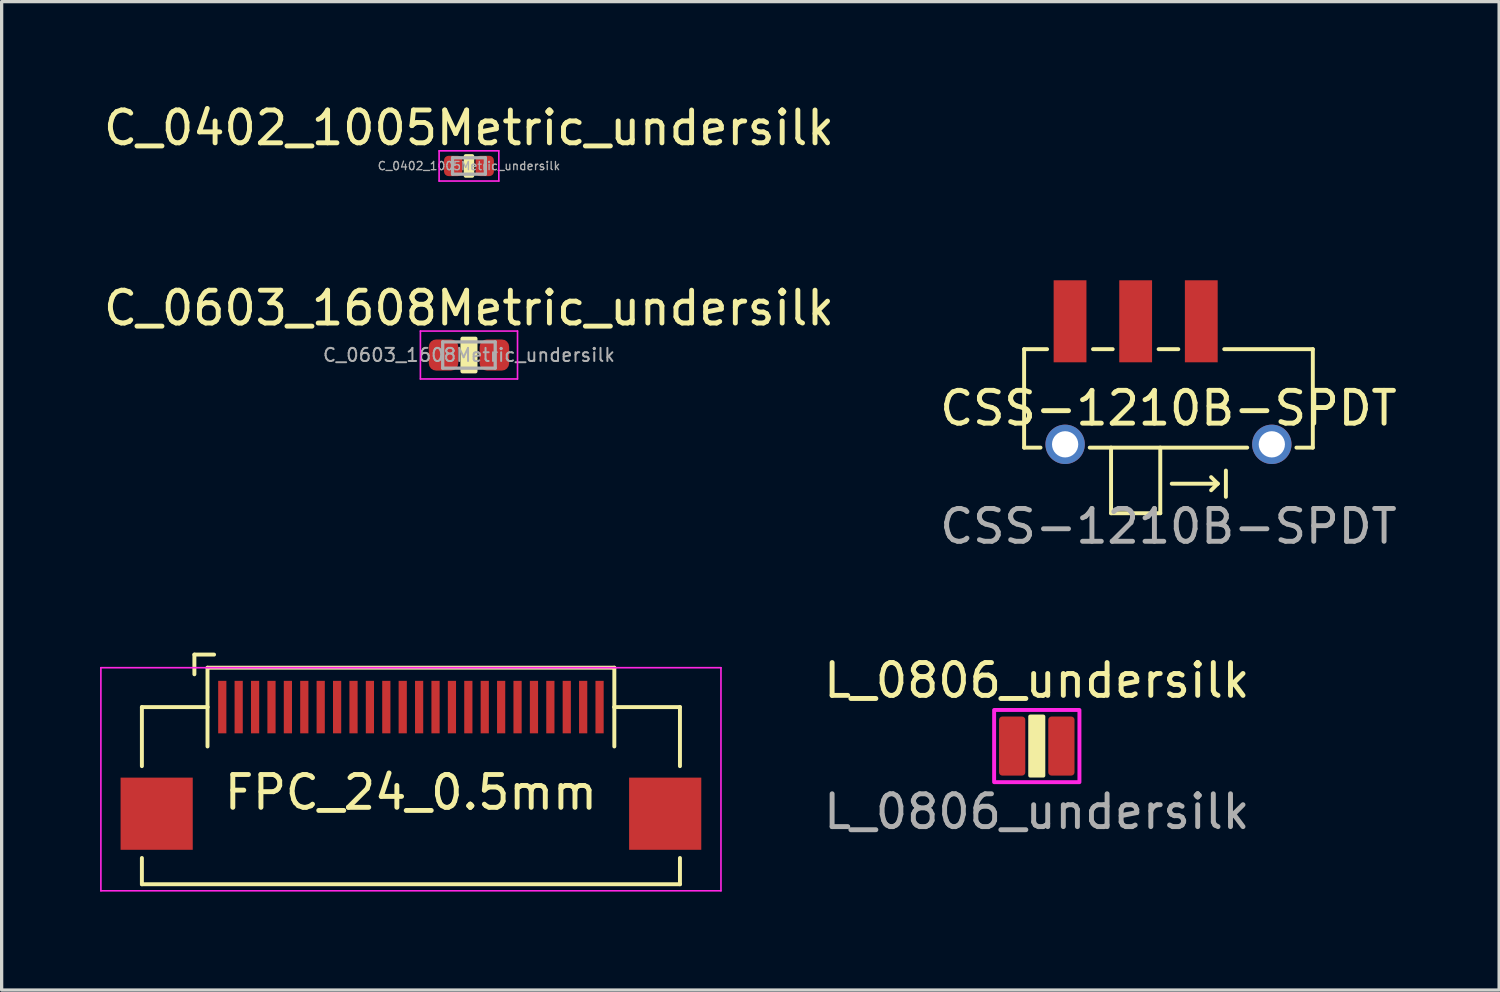
<source format=kicad_pcb>
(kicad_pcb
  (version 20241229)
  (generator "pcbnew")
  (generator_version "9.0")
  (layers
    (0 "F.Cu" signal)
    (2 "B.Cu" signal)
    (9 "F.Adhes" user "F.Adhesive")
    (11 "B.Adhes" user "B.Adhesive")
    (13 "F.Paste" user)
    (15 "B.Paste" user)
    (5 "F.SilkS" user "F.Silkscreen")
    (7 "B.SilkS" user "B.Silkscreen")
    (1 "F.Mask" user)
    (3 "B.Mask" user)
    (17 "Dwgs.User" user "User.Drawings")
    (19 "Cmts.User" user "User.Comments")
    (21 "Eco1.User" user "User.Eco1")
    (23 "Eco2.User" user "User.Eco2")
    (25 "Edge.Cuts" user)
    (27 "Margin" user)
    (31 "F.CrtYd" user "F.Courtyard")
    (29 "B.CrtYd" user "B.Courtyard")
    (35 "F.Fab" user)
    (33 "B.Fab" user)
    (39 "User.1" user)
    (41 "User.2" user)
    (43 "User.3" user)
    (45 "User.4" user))
  (footprint "C_0402_1005Metric_undersilk"
    (layer "F.Cu")
    (at 11.244 2.008)
    (property "Reference" "C_0402_1005Metric_undersilk" (at 0 -1.16 0) (layer "F.SilkS") (effects (font (size 1 1) (thickness 0.15))))
    (attr smd)
    (fp_rect (start -0.1 -0.3) (end 0.1 0.3) (stroke (width 0.12) (type solid)) (fill yes) (layer "F.SilkS"))
    (fp_line (start -0.91 -0.46) (end 0.91 -0.46) (stroke (width 0.05) (type solid)) (layer "F.CrtYd"))
    (fp_line (start -0.91 0.46) (end -0.91 -0.46) (stroke (width 0.05) (type solid)) (layer "F.CrtYd"))
    (fp_line (start 0.91 -0.46) (end 0.91 0.46) (stroke (width 0.05) (type solid)) (layer "F.CrtYd"))
    (fp_line (start 0.91 0.46) (end -0.91 0.46) (stroke (width 0.05) (type solid)) (layer "F.CrtYd"))
    (fp_line (start -0.5 -0.25) (end 0.5 -0.25) (stroke (width 0.1) (type solid)) (layer "F.Fab"))
    (fp_line (start -0.5 0.25) (end -0.5 -0.25) (stroke (width 0.1) (type solid)) (layer "F.Fab"))
    (fp_line (start 0.5 -0.25) (end 0.5 0.25) (stroke (width 0.1) (type solid)) (layer "F.Fab"))
    (fp_line (start 0.5 0.25) (end -0.5 0.25) (stroke (width 0.1) (type solid)) (layer "F.Fab"))
    (fp_text user "${REFERENCE}" (at 0 0 0) (layer "F.Fab") (effects (font (size 0.25 0.25) (thickness 0.04))))
    (pad "1" smd roundrect (at -0.48 0) (size 0.56 0.62) (layers "F.Cu" "F.Mask" "F.Paste") (roundrect_rratio 0.25))
    (pad "2" smd roundrect (at 0.48 0) (size 0.56 0.62) (layers "F.Cu" "F.Mask" "F.Paste") (roundrect_rratio 0.25)))
  (footprint "FPC_24_0.5mm"
    (layer "F.Cu")
    (at 9.475 18.502)
    (property "Reference" "FPC_24_0.5mm" (at 0 2.6 0) (layer "F.SilkS") (effects (font (size 1 1) (thickness 0.15))))
    (attr smd)
    (fp_line (start -8.2 0) (end -8.2 1.8) (stroke (width 0.12) (type solid)) (layer "F.SilkS"))
    (fp_line (start -8.2 0) (end -6.2 0) (stroke (width 0.12) (type solid)) (layer "F.SilkS"))
    (fp_line (start -8.2 4.6) (end -8.2 5.4) (stroke (width 0.12) (type solid)) (layer "F.SilkS"))
    (fp_line (start -6.6 -1.6) (end -6 -1.6) (stroke (width 0.12) (type solid)) (layer "F.SilkS"))
    (fp_line (start -6.6 -1) (end -6.6 -1.6) (stroke (width 0.12) (type solid)) (layer "F.SilkS"))
    (fp_line (start -6.2 -1.2) (end -6.2 0) (stroke (width 0.12) (type solid)) (layer "F.SilkS"))
    (fp_line (start -6.2 -1.2) (end 6.2 -1.2) (stroke (width 0.12) (type solid)) (layer "F.SilkS"))
    (fp_line (start -6.2 0) (end -6.2 1.2) (stroke (width 0.12) (type solid)) (layer "F.SilkS"))
    (fp_line (start 6.2 -1.2) (end 6.2 0) (stroke (width 0.12) (type solid)) (layer "F.SilkS"))
    (fp_line (start 6.2 0) (end 6.2 1.2) (stroke (width 0.12) (type solid)) (layer "F.SilkS"))
    (fp_line (start 8.2 0) (end 6.2 0) (stroke (width 0.12) (type solid)) (layer "F.SilkS"))
    (fp_line (start 8.2 0) (end 8.2 1.8) (stroke (width 0.12) (type solid)) (layer "F.SilkS"))
    (fp_line (start 8.2 4.6) (end 8.2 5.4) (stroke (width 0.12) (type solid)) (layer "F.SilkS"))
    (fp_line (start 8.2 5.4) (end -8.2 5.4) (stroke (width 0.12) (type solid)) (layer "F.SilkS"))
    (fp_line (start -9.45 -1.2) (end -9.45 5.6) (stroke (width 0.05) (type solid)) (layer "F.CrtYd"))
    (fp_line (start -9.45 -1.2) (end 9.45 -1.2) (stroke (width 0.05) (type solid)) (layer "F.CrtYd"))
    (fp_line (start -9.45 5.6) (end 9.45 5.6) (stroke (width 0.05) (type solid)) (layer "F.CrtYd"))
    (fp_line (start 9.45 -1.2) (end 9.45 5.6) (stroke (width 0.05) (type solid)) (layer "F.CrtYd"))
    (pad "0" smd rect (at -7.75 3.25) (size 2.2 2.2) (layers "F.Cu" "F.Mask" "F.Paste"))
    (pad "0" smd rect (at 7.75 3.25) (size 2.2 2.2) (layers "F.Cu" "F.Mask" "F.Paste"))
    (pad "1" smd rect (at -5.75 0) (size 0.25 1.6) (layers "F.Cu" "F.Mask" "F.Paste"))
    (pad "2" smd rect (at -5.25 0) (size 0.25 1.6) (layers "F.Cu" "F.Mask" "F.Paste"))
    (pad "3" smd rect (at -4.75 0) (size 0.25 1.6) (layers "F.Cu" "F.Mask" "F.Paste"))
    (pad "4" smd rect (at -4.25 0) (size 0.25 1.6) (layers "F.Cu" "F.Mask" "F.Paste"))
    (pad "5" smd rect (at -3.75 0) (size 0.25 1.6) (layers "F.Cu" "F.Mask" "F.Paste"))
    (pad "6" smd rect (at -3.25 0) (size 0.25 1.6) (layers "F.Cu" "F.Mask" "F.Paste"))
    (pad "7" smd rect (at -2.75 0) (size 0.25 1.6) (layers "F.Cu" "F.Mask" "F.Paste"))
    (pad "8" smd rect (at -2.25 0) (size 0.25 1.6) (layers "F.Cu" "F.Mask" "F.Paste"))
    (pad "9" smd rect (at -1.75 0) (size 0.25 1.6) (layers "F.Cu" "F.Mask" "F.Paste"))
    (pad "10" smd rect (at -1.25 0) (size 0.25 1.6) (layers "F.Cu" "F.Mask" "F.Paste"))
    (pad "11" smd rect (at -0.75 0) (size 0.25 1.6) (layers "F.Cu" "F.Mask" "F.Paste"))
    (pad "12" smd rect (at -0.25 0) (size 0.25 1.6) (layers "F.Cu" "F.Mask" "F.Paste"))
    (pad "13" smd rect (at 0.25 0) (size 0.25 1.6) (layers "F.Cu" "F.Mask" "F.Paste"))
    (pad "14" smd rect (at 0.75 0) (size 0.25 1.6) (layers "F.Cu" "F.Mask" "F.Paste"))
    (pad "15" smd rect (at 1.25 0) (size 0.25 1.6) (layers "F.Cu" "F.Mask" "F.Paste"))
    (pad "16" smd rect (at 1.75 0) (size 0.25 1.6) (layers "F.Cu" "F.Mask" "F.Paste"))
    (pad "17" smd rect (at 2.25 0) (size 0.25 1.6) (layers "F.Cu" "F.Mask" "F.Paste"))
    (pad "18" smd rect (at 2.75 0) (size 0.25 1.6) (layers "F.Cu" "F.Mask" "F.Paste"))
    (pad "19" smd rect (at 3.25 0) (size 0.25 1.6) (layers "F.Cu" "F.Mask" "F.Paste"))
    (pad "20" smd rect (at 3.75 0) (size 0.25 1.6) (layers "F.Cu" "F.Mask" "F.Paste"))
    (pad "21" smd rect (at 4.25 0) (size 0.25 1.6) (layers "F.Cu" "F.Mask" "F.Paste"))
    (pad "22" smd rect (at 4.75 0) (size 0.25 1.6) (layers "F.Cu" "F.Mask" "F.Paste"))
    (pad "23" smd rect (at 5.25 0) (size 0.25 1.6) (layers "F.Cu" "F.Mask" "F.Paste"))
    (pad "24" smd rect (at 5.75 0) (size 0.25 1.6) (layers "F.Cu" "F.Mask" "F.Paste")))
  (footprint "L_0806_undersilk"
    (layer "F.Cu")
    (at 28.551 19.69)
    (property "Reference" "L_0806_undersilk" (at 0 -2 0) (unlocked yes) (layer "F.SilkS") (effects (font (size 1 1) (thickness 0.15))))
    (fp_rect (start -0.2 -0.9) (end 0.2 0.9) (stroke (width 0.12) (type solid)) (fill yes) (layer "F.SilkS"))
    (fp_rect (start -1.3 -1.1) (end 1.3 1.1) (stroke (width 0.12) (type solid)) (fill no) (layer "F.CrtYd"))
    (fp_text user "${REFERENCE}" (at 0 2 0) (unlocked yes) (layer "F.Fab") (effects (font (size 1 1) (thickness 0.15))))
    (pad "1" smd roundrect (at -0.75 0) (size 0.8 1.8) (layers "F.Cu" "F.Mask" "F.Paste") (roundrect_rratio 0.125))
    (pad "2" smd roundrect (at 0.75 0) (size 0.8 1.8) (layers "F.Cu" "F.Mask" "F.Paste") (roundrect_rratio 0.125)))
  (footprint "CSS-1210B-SPDT"
    (layer "F.Cu")
    (at 32.565 10.493)
    (property "Reference" "CSS-1210B-SPDT" (at 0 -1.1 0) (unlocked yes) (layer "F.SilkS") (effects (font (size 1 1) (thickness 0.15))))
    (fp_line (start -4.4 -2.9) (end -3.7 -2.9) (stroke (width 0.12) (type solid)) (layer "F.SilkS"))
    (fp_line (start -4.4 0.1) (end -4.4 -2.9) (stroke (width 0.12) (type solid)) (layer "F.SilkS"))
    (fp_line (start -4.4 0.1) (end -3.9 0.1) (stroke (width 0.12) (type solid)) (layer "F.SilkS"))
    (fp_line (start -2.4 0.1) (end 2.4 0.1) (stroke (width 0.12) (type solid)) (layer "F.SilkS"))
    (fp_line (start -2.3 -2.9) (end -1.7 -2.9) (stroke (width 0.12) (type solid)) (layer "F.SilkS"))
    (fp_line (start -1.75 2.1) (end -1.75 0.1) (stroke (width 0.12) (type solid)) (layer "F.SilkS"))
    (fp_line (start -0.3 -2.9) (end 0.3 -2.9) (stroke (width 0.12) (type solid)) (layer "F.SilkS"))
    (fp_line (start -0.25 0.1) (end -0.25 2.1) (stroke (width 0.12) (type solid)) (layer "F.SilkS"))
    (fp_line (start -0.25 2.1) (end -1.75 2.1) (stroke (width 0.12) (type solid)) (layer "F.SilkS"))
    (fp_line (start 0.1 1.2) (end 1.5 1.2) (stroke (width 0.12) (type solid)) (layer "F.SilkS"))
    (fp_line (start 1.5 1.2) (end 1.3 1) (stroke (width 0.12) (type solid)) (layer "F.SilkS"))
    (fp_line (start 1.5 1.2) (end 1.3 1.4) (stroke (width 0.12) (type solid)) (layer "F.SilkS"))
    (fp_line (start 1.75 1.6) (end 1.75 0.8) (stroke (width 0.12) (type solid)) (layer "F.SilkS"))
    (fp_line (start 4.4 -2.9) (end 1.7 -2.9) (stroke (width 0.12) (type solid)) (layer "F.SilkS"))
    (fp_line (start 4.4 0.1) (end 3.9 0.1) (stroke (width 0.12) (type solid)) (layer "F.SilkS"))
    (fp_line (start 4.4 0.1) (end 4.4 -2.9) (stroke (width 0.12) (type solid)) (layer "F.SilkS"))
    (fp_text user "${REFERENCE}" (at 0 2.5 0) (unlocked yes) (layer "F.Fab") (effects (font (size 1 1) (thickness 0.15))))
    (pad "1" smd rect (at 1 -3.75) (size 1 2.5) (layers "F.Cu" "F.Mask" "F.Paste"))
    (pad "2" smd rect (at -1 -3.75) (size 1 2.5) (layers "F.Cu" "F.Mask" "F.Paste"))
    (pad "3" smd rect (at -3 -3.75) (size 1 2.5) (layers "F.Cu" "F.Mask" "F.Paste"))
    (pad "~" thru_hole circle (at -3.15 0) (size 1.2 1.2) (drill 0.8) (layers "*.Cu" "*.Mask"))
    (pad "~" thru_hole circle (at 3.15 0) (size 1.2 1.2) (drill 0.8) (layers "*.Cu" "*.Mask")))
  (footprint "C_0603_1608Metric_undersilk"
    (layer "F.Cu")
    (at 11.244 7.771)
    (property "Reference" "C_0603_1608Metric_undersilk" (at 0 -1.43 0) (layer "F.SilkS") (effects (font (size 1 1) (thickness 0.15))))
    (attr smd)
    (fp_rect (start -0.2 -0.5) (end 0.2 0.5) (stroke (width 0.12) (type solid)) (fill yes) (layer "F.SilkS"))
    (fp_line (start -1.48 -0.73) (end 1.48 -0.73) (stroke (width 0.05) (type solid)) (layer "F.CrtYd"))
    (fp_line (start -1.48 0.73) (end -1.48 -0.73) (stroke (width 0.05) (type solid)) (layer "F.CrtYd"))
    (fp_line (start 1.48 -0.73) (end 1.48 0.73) (stroke (width 0.05) (type solid)) (layer "F.CrtYd"))
    (fp_line (start 1.48 0.73) (end -1.48 0.73) (stroke (width 0.05) (type solid)) (layer "F.CrtYd"))
    (fp_line (start -0.8 -0.4) (end 0.8 -0.4) (stroke (width 0.1) (type solid)) (layer "F.Fab"))
    (fp_line (start -0.8 0.4) (end -0.8 -0.4) (stroke (width 0.1) (type solid)) (layer "F.Fab"))
    (fp_line (start 0.8 -0.4) (end 0.8 0.4) (stroke (width 0.1) (type solid)) (layer "F.Fab"))
    (fp_line (start 0.8 0.4) (end -0.8 0.4) (stroke (width 0.1) (type solid)) (layer "F.Fab"))
    (fp_text user "${REFERENCE}" (at 0 0 0) (layer "F.Fab") (effects (font (size 0.4 0.4) (thickness 0.06))))
    (pad "1" smd roundrect (at -0.775 0) (size 0.9 0.95) (layers "F.Cu" "F.Mask" "F.Paste") (roundrect_rratio 0.25))
    (pad "2" smd roundrect (at 0.775 0) (size 0.9 0.95) (layers "F.Cu" "F.Mask" "F.Paste") (roundrect_rratio 0.25)))
  (gr_rect
    (start -3 -3)
    (end 42.643 27.127)
    (stroke (width 0.1) (type default))
    (fill no)
    (layer "Edge.Cuts")))
</source>
